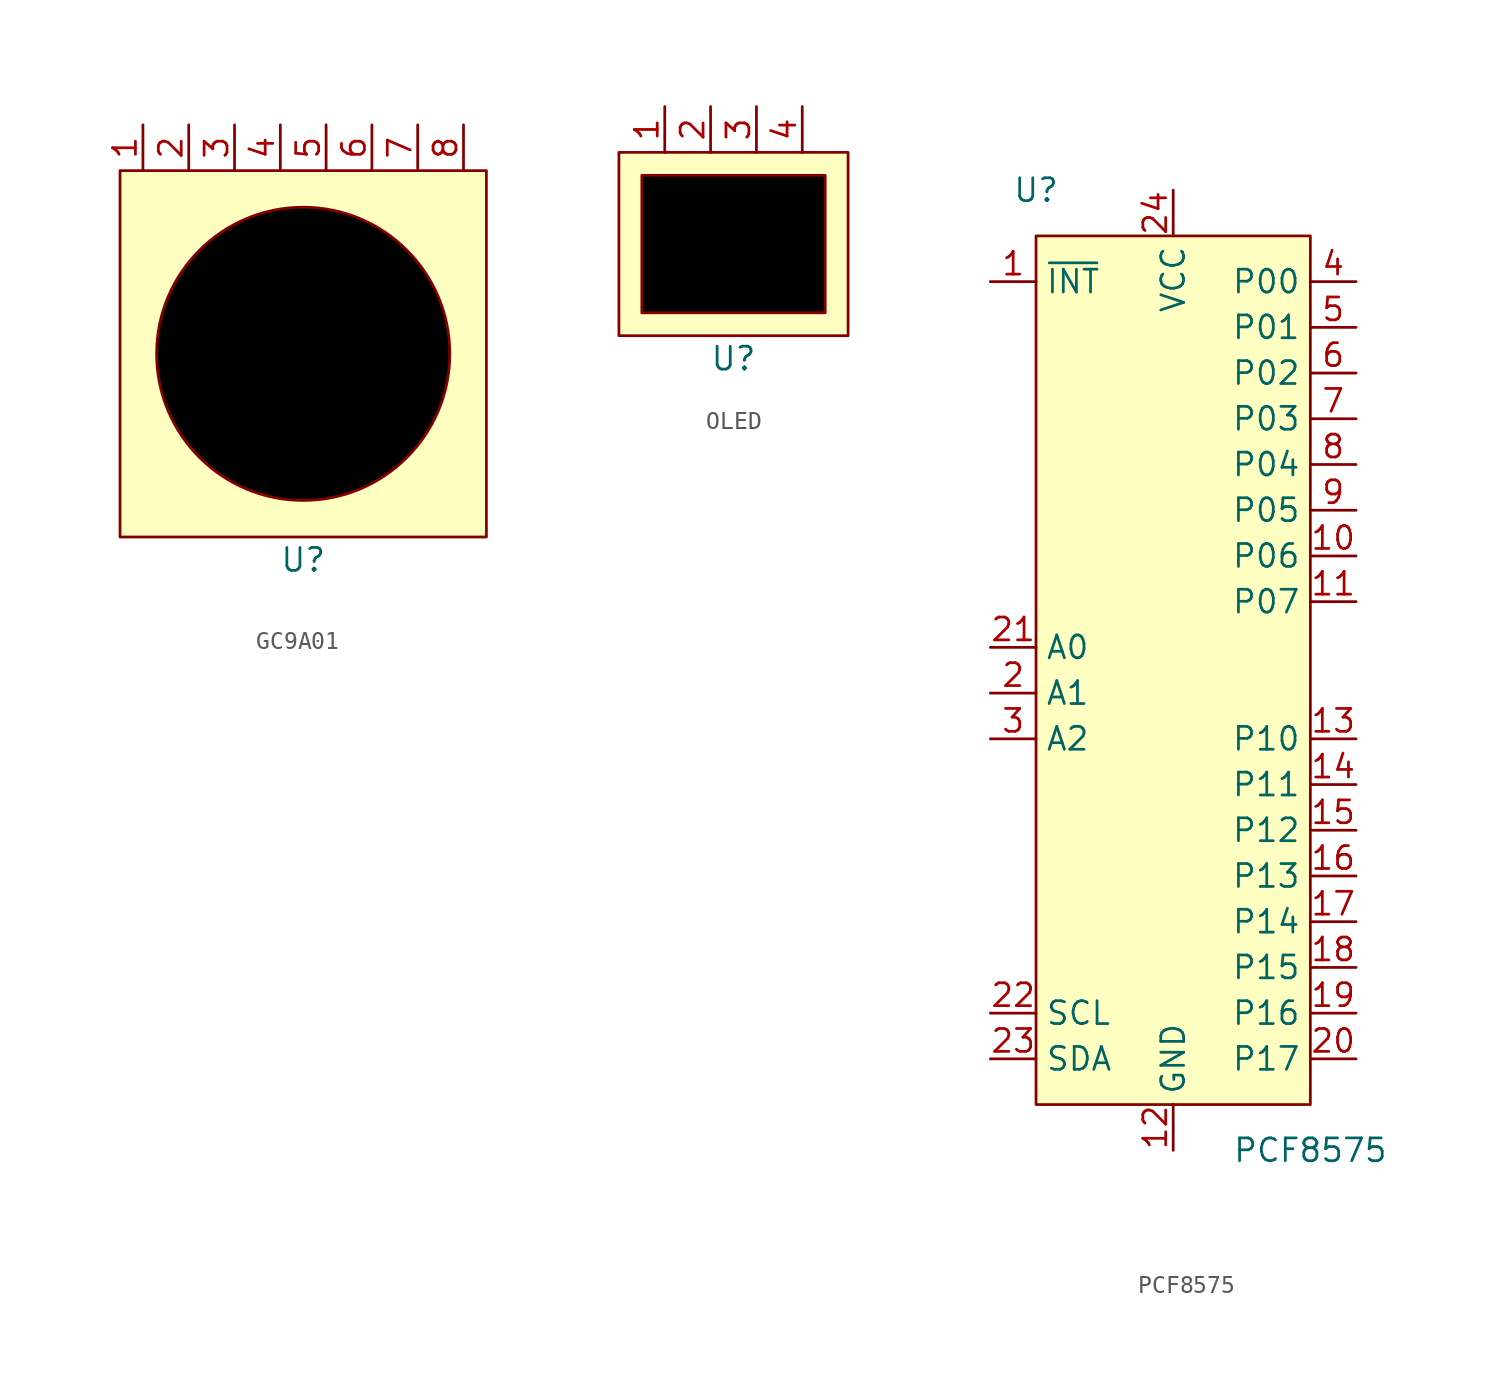
<source format=kicad_sym>
(kicad_symbol_lib
  (version 20231120)
  (generator "kicad_symbol_editor")
  (generator_version "8.0")
  (symbol "GC9A01"
    (property "Reference" "U"
      (at 0 -1.27 0)
      (effects (font (size 1.27 1.27))))
    (property "Value" ""
      (at -3.81 6.35 0)
      (effects (font (size 1.27 1.27))))
    (symbol "GC9A01_1_1"
      (rectangle (start -10.16 20.32) (end 10.16 0) (stroke (width 0) (type default)) (fill (type background)))
      (circle (center 0 10.16) (radius 8.132) (stroke (width 0) (type default)) (fill (type color) (color 0 0 0 1)))
      (pin input line (at -8.89 22.86 270) (length 2.54) (name "" (effects (font (size 1.27 1.27)))) (number "1" (effects (font (size 1.27 1.27)))))
      (pin input line (at -6.35 22.86 270) (length 2.54) (name "" (effects (font (size 1.27 1.27)))) (number "2" (effects (font (size 1.27 1.27)))))
      (pin input line (at -3.81 22.86 270) (length 2.54) (name "" (effects (font (size 1.27 1.27)))) (number "3" (effects (font (size 1.27 1.27)))))
      (pin input line (at -1.27 22.86 270) (length 2.54) (name "" (effects (font (size 1.27 1.27)))) (number "4" (effects (font (size 1.27 1.27)))))
      (pin input line (at 1.27 22.86 270) (length 2.54) (name "" (effects (font (size 1.27 1.27)))) (number "5" (effects (font (size 1.27 1.27)))))
      (pin input line (at 3.81 22.86 270) (length 2.54) (name "" (effects (font (size 1.27 1.27)))) (number "6" (effects (font (size 1.27 1.27)))))
      (pin input line (at 6.35 22.86 270) (length 2.54) (name "" (effects (font (size 1.27 1.27)))) (number "7" (effects (font (size 1.27 1.27)))))
      (pin input line (at 8.89 22.86 270) (length 2.54) (name "" (effects (font (size 1.27 1.27)))) (number "8" (effects (font (size 1.27 1.27)))))))
  (symbol "OLED"
    (property "Reference" "U"
      (at 0 -1.27 0)
      (effects (font (size 1.27 1.27))))
    (property "Value" ""
      (at 0 -1.27 0)
      (effects (font (size 1.27 1.27))))
    (symbol "OLED_1_1"
      (rectangle (start -6.35 10.16) (end 6.35 0) (stroke (width 0) (type default)) (fill (type background)))
      (rectangle (start -5.08 8.89) (end 5.08 1.27) (stroke (width 0) (type default)) (fill (type color) (color 0 0 0 1)))
      (pin input line (at -3.81 12.7 270) (length 2.54) (name "" (effects (font (size 1.27 1.27)))) (number "1" (effects (font (size 1.27 1.27)))))
      (pin input line (at -1.27 12.7 270) (length 2.54) (name "" (effects (font (size 1.27 1.27)))) (number "2" (effects (font (size 1.27 1.27)))))
      (pin input line (at 1.27 12.7 270) (length 2.54) (name "" (effects (font (size 1.27 1.27)))) (number "3" (effects (font (size 1.27 1.27)))))
      (pin input line (at 3.81 12.7 270) (length 2.54) (name "" (effects (font (size 1.27 1.27)))) (number "4" (effects (font (size 1.27 1.27)))))))
  (symbol "PCF8575"
    (property "Reference" "U"
      (at -7.62 27.94 0)
      (effects (font (size 1.27 1.27))))
    (property "Value" "PCF8575"
      (at 7.62 -25.4 0)
      (effects (font (size 1.27 1.27))))
    (symbol "PCF8575_0_0"
      (pin input line (at 10.16 7.62 180) (length 2.54) (name "P06" (effects (font (size 1.27 1.27)))) (number "10" (effects (font (size 1.27 1.27)))))
      (pin input line (at 10.16 5.08 180) (length 2.54) (name "P07" (effects (font (size 1.27 1.27)))) (number "11" (effects (font (size 1.27 1.27)))))
      (pin input line (at 10.16 -2.54 180) (length 2.54) (name "P10" (effects (font (size 1.27 1.27)))) (number "13" (effects (font (size 1.27 1.27)))))
      (pin input line (at 10.16 -5.08 180) (length 2.54) (name "P11" (effects (font (size 1.27 1.27)))) (number "14" (effects (font (size 1.27 1.27)))))
      (pin input line (at 10.16 -10.16 180) (length 2.54) (name "P13" (effects (font (size 1.27 1.27)))) (number "16" (effects (font (size 1.27 1.27)))))
      (pin input line (at 10.16 -12.7 180) (length 2.54) (name "P14" (effects (font (size 1.27 1.27)))) (number "17" (effects (font (size 1.27 1.27)))))
      (pin input line (at 10.16 -15.24 180) (length 2.54) (name "P15" (effects (font (size 1.27 1.27)))) (number "18" (effects (font (size 1.27 1.27)))))
      (pin input line (at 10.16 -17.78 180) (length 2.54) (name "P16" (effects (font (size 1.27 1.27)))) (number "19" (effects (font (size 1.27 1.27)))))
      (pin input line (at 10.16 -20.32 180) (length 2.54) (name "P17" (effects (font (size 1.27 1.27)))) (number "20" (effects (font (size 1.27 1.27)))))
      (pin input line (at 10.16 20.32 180) (length 2.54) (name "P01" (effects (font (size 1.27 1.27)))) (number "5" (effects (font (size 1.27 1.27)))))
      (pin input line (at 10.16 17.78 180) (length 2.54) (name "P02" (effects (font (size 1.27 1.27)))) (number "6" (effects (font (size 1.27 1.27)))))
      (pin input line (at 10.16 15.24 180) (length 2.54) (name "P03" (effects (font (size 1.27 1.27)))) (number "7" (effects (font (size 1.27 1.27)))))
      (pin input line (at 10.16 10.16 180) (length 2.54) (name "P05" (effects (font (size 1.27 1.27)))) (number "9" (effects (font (size 1.27 1.27))))))
    (symbol "PCF8575_0_1"
      (rectangle (start -7.62 25.4) (end 7.62 -22.86) (stroke (width 0) (type default)) (fill (type background))))
    (symbol "PCF8575_1_1"
      (pin input line (at -10.16 22.86 0) (length 2.54) (name "~{INT}" (effects (font (size 1.27 1.27)))) (number "1" (effects (font (size 1.27 1.27)))))
      (pin input line (at 0 -25.4 90) (length 2.54) (name "GND" (effects (font (size 1.27 1.27)))) (number "12" (effects (font (size 1.27 1.27)))))
      (pin input line (at 10.16 -7.62 180) (length 2.54) (name "P12" (effects (font (size 1.27 1.27)))) (number "15" (effects (font (size 1.27 1.27)))))
      (pin input line (at -10.16 0 0) (length 2.54) (name "A1" (effects (font (size 1.27 1.27)))) (number "2" (effects (font (size 1.27 1.27)))))
      (pin input line (at -10.16 2.54 0) (length 2.54) (name "A0" (effects (font (size 1.27 1.27)))) (number "21" (effects (font (size 1.27 1.27)))))
      (pin input line (at -10.16 -17.78 0) (length 2.54) (name "SCL" (effects (font (size 1.27 1.27)))) (number "22" (effects (font (size 1.27 1.27)))))
      (pin input line (at -10.16 -20.32 0) (length 2.54) (name "SDA" (effects (font (size 1.27 1.27)))) (number "23" (effects (font (size 1.27 1.27)))))
      (pin input line (at 0 27.94 270) (length 2.54) (name "VCC" (effects (font (size 1.27 1.27)))) (number "24" (effects (font (size 1.27 1.27)))))
      (pin input line (at -10.16 -2.54 0) (length 2.54) (name "A2" (effects (font (size 1.27 1.27)))) (number "3" (effects (font (size 1.27 1.27)))))
      (pin input line (at 10.16 22.86 180) (length 2.54) (name "P00" (effects (font (size 1.27 1.27)))) (number "4" (effects (font (size 1.27 1.27)))))
      (pin input line (at 10.16 12.7 180) (length 2.54) (name "P04" (effects (font (size 1.27 1.27)))) (number "8" (effects (font (size 1.27 1.27))))))))
</source>
